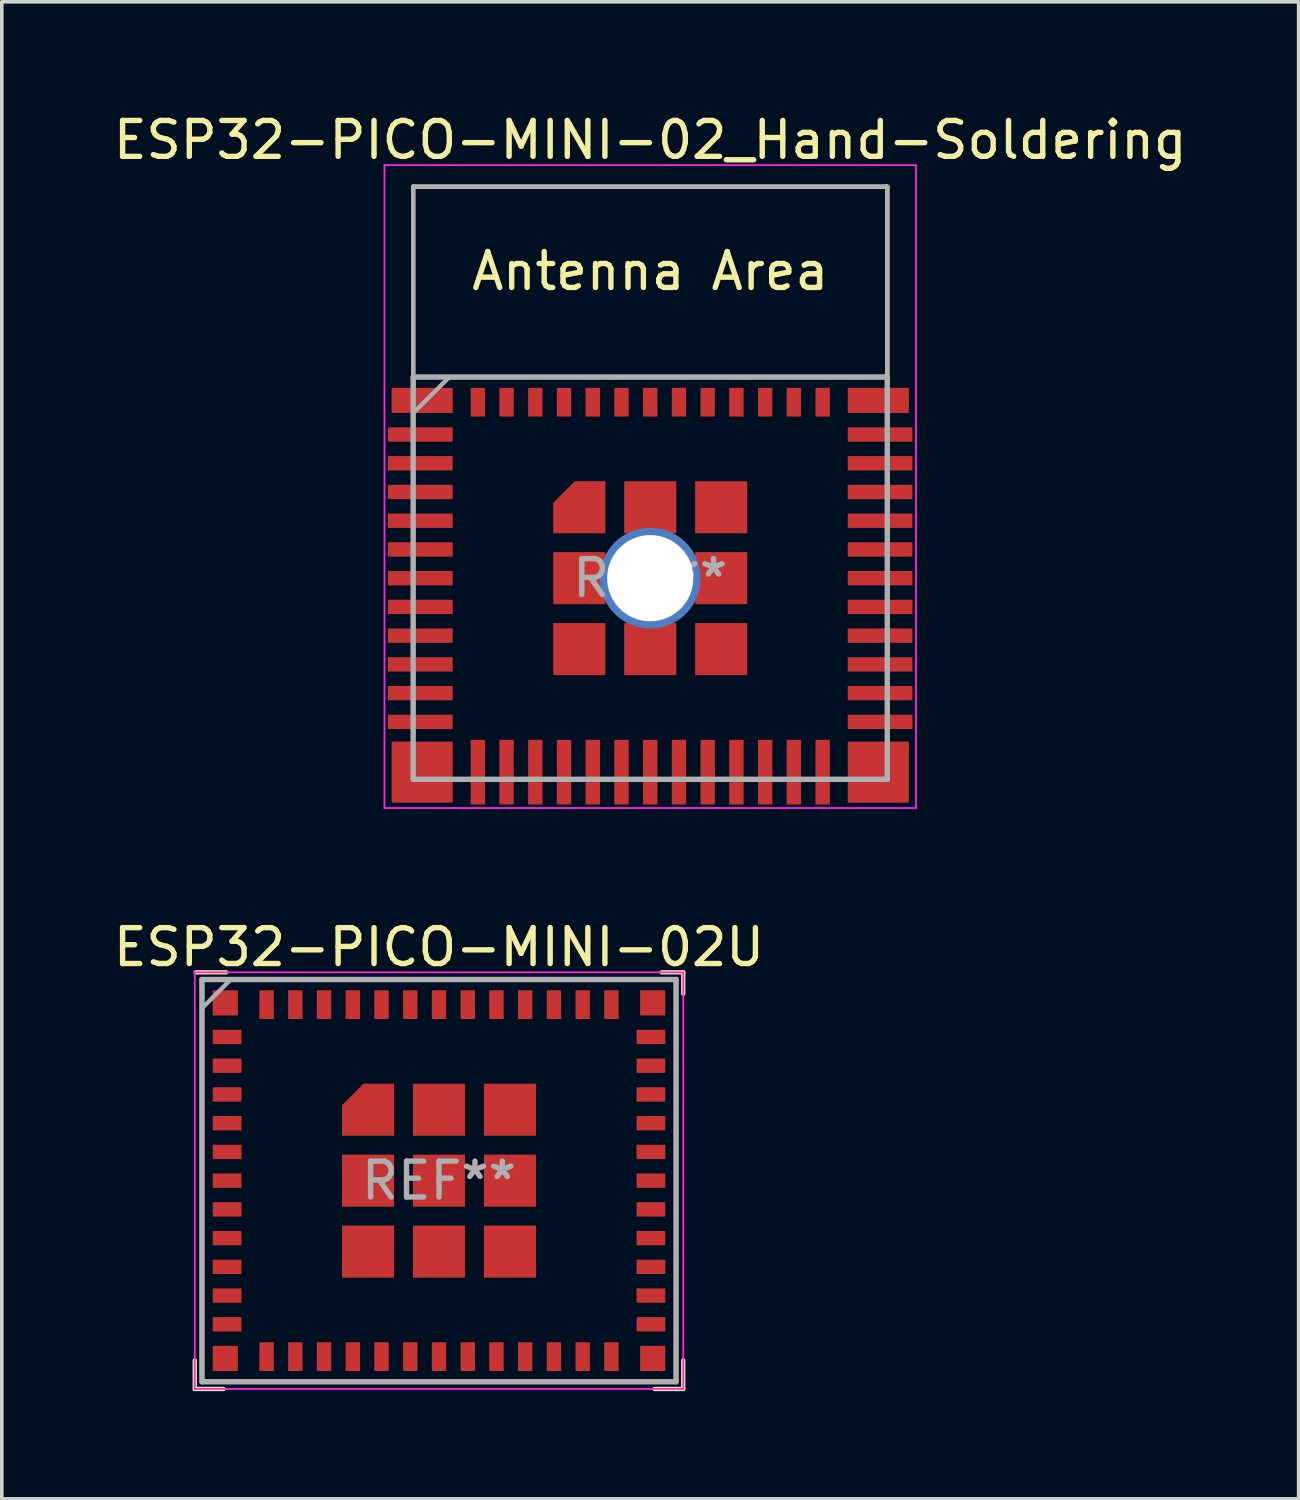
<source format=kicad_pcb>
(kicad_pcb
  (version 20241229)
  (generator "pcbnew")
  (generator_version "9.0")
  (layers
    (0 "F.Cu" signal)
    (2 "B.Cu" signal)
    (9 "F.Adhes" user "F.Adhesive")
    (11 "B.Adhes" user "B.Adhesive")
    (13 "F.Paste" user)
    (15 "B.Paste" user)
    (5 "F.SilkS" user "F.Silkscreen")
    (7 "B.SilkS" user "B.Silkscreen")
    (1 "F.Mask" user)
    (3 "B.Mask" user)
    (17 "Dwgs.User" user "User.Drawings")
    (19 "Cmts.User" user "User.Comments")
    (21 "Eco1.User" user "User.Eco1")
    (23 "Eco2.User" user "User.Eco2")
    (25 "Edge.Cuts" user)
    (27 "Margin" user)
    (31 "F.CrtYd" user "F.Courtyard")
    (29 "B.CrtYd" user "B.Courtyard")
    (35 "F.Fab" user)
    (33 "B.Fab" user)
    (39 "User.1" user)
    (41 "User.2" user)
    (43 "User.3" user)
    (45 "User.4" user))
  (footprint "ESP32-PICO-MINI-02_Hand-Soldering"
    (layer "F.Cu")
    (at 15.054 13.048)
    (property "Reference" "ESP32-PICO-MINI-02_Hand-Soldering" (at 0 -12.2 0) (layer "F.SilkS") (effects (font (size 1 1) (thickness 0.15))))
    (attr smd)
    (fp_line (start -6.6 -10.9) (end -6.6 -5.4) (stroke (width 0.12) (type solid)) (layer "F.SilkS"))
    (fp_line (start -6.6 -10.9) (end 6.6 -10.9) (stroke (width 0.12) (type solid)) (layer "F.SilkS"))
    (fp_line (start -6.6 -5.6) (end 6.6 -5.6) (stroke (width 0.12) (type solid)) (layer "F.SilkS"))
    (fp_line (start 6.6 -10.9) (end 6.6 -5.4) (stroke (width 0.12) (type solid)) (layer "F.SilkS"))
    (fp_line (start -7.4 -11.5) (end 7.4 -11.5) (stroke (width 0.05) (type solid)) (layer "F.CrtYd"))
    (fp_line (start -7.4 6.4) (end -7.4 -11.5) (stroke (width 0.05) (type solid)) (layer "F.CrtYd"))
    (fp_line (start 7.4 -11.5) (end 7.4 6.4) (stroke (width 0.05) (type solid)) (layer "F.CrtYd"))
    (fp_line (start 7.4 6.4) (end -7.4 6.4) (stroke (width 0.05) (type solid)) (layer "F.CrtYd"))
    (fp_line (start -6.6 -5.595) (end -6.6 5.6) (stroke (width 0.15) (type solid)) (layer "F.Fab"))
    (fp_line (start -6.6 -5.5) (end -6.6 -10.9) (stroke (width 0.12) (type solid)) (layer "F.Fab"))
    (fp_line (start -6.6 5.6) (end 6.6 5.6) (stroke (width 0.15) (type solid)) (layer "F.Fab"))
    (fp_line (start -5.6 -5.595) (end -6.6 -4.595) (stroke (width 0.12) (type solid)) (layer "F.Fab"))
    (fp_line (start 6.6 -10.9) (end -6.6 -10.9) (stroke (width 0.12) (type solid)) (layer "F.Fab"))
    (fp_line (start 6.6 -5.6) (end -6.6 -5.6) (stroke (width 0.15) (type solid)) (layer "F.Fab"))
    (fp_line (start 6.6 -5.5) (end 6.6 -10.9) (stroke (width 0.12) (type solid)) (layer "F.Fab"))
    (fp_line (start 6.6 5.6) (end 6.6 -5.595) (stroke (width 0.15) (type solid)) (layer "F.Fab"))
    (fp_text user "Antenna Area" (at 0 -8.55 0) (layer "F.SilkS") (effects (font (size 1 1) (thickness 0.15))))
    (fp_text user "REF**" (at 0 0 0) (layer "F.Fab") (effects (font (size 1 1) (thickness 0.15))))
    (pad "1" smd rect (at -6.4 -4 90) (size 0.4 1.8) (layers "F.Cu" "F.Mask" "F.Paste"))
    (pad "2" smd rect (at -6.4 -3.2 90) (size 0.4 1.8) (layers "F.Cu" "F.Mask" "F.Paste"))
    (pad "3" smd rect (at -6.4 -2.4 90) (size 0.4 1.8) (layers "F.Cu" "F.Mask" "F.Paste"))
    (pad "4" smd rect (at -6.4 -1.6 90) (size 0.4 1.8) (layers "F.Cu" "F.Mask" "F.Paste"))
    (pad "5" smd rect (at -6.4 -0.8 90) (size 0.4 1.8) (layers "F.Cu" "F.Mask" "F.Paste"))
    (pad "6" smd rect (at -6.4 0 90) (size 0.4 1.8) (layers "F.Cu" "F.Mask" "F.Paste"))
    (pad "7" smd rect (at -6.4 0.8 90) (size 0.4 1.8) (layers "F.Cu" "F.Mask" "F.Paste"))
    (pad "8" smd rect (at -6.4 1.6 90) (size 0.4 1.8) (layers "F.Cu" "F.Mask" "F.Paste"))
    (pad "9" smd rect (at -6.4 2.4 90) (size 0.4 1.8) (layers "F.Cu" "F.Mask" "F.Paste"))
    (pad "10" smd rect (at -6.4 3.2 90) (size 0.4 1.8) (layers "F.Cu" "F.Mask" "F.Paste"))
    (pad "11" smd rect (at -6.4 4 90) (size 0.4 1.8) (layers "F.Cu" "F.Mask" "F.Paste"))
    (pad "12" smd rect (at -4.8 5.4) (size 0.4 1.8) (layers "F.Cu" "F.Mask" "F.Paste"))
    (pad "13" smd rect (at -4 5.4) (size 0.4 1.8) (layers "F.Cu" "F.Mask" "F.Paste"))
    (pad "14" smd rect (at -3.2 5.4) (size 0.4 1.8) (layers "F.Cu" "F.Mask" "F.Paste"))
    (pad "15" smd rect (at -2.4 5.4) (size 0.4 1.8) (layers "F.Cu" "F.Mask" "F.Paste"))
    (pad "16" smd rect (at -1.6 5.4) (size 0.4 1.8) (layers "F.Cu" "F.Mask" "F.Paste"))
    (pad "17" smd rect (at -0.8 5.4) (size 0.4 1.8) (layers "F.Cu" "F.Mask" "F.Paste"))
    (pad "18" smd rect (at 0 5.4) (size 0.4 1.8) (layers "F.Cu" "F.Mask" "F.Paste"))
    (pad "19" smd rect (at 0.8 5.4) (size 0.4 1.8) (layers "F.Cu" "F.Mask" "F.Paste"))
    (pad "20" smd rect (at 1.6 5.4) (size 0.4 1.8) (layers "F.Cu" "F.Mask" "F.Paste"))
    (pad "21" smd rect (at 2.4 5.4) (size 0.4 1.8) (layers "F.Cu" "F.Mask" "F.Paste"))
    (pad "22" smd rect (at 3.2 5.4) (size 0.4 1.8) (layers "F.Cu" "F.Mask" "F.Paste"))
    (pad "23" smd rect (at 4 5.4) (size 0.4 1.8) (layers "F.Cu" "F.Mask" "F.Paste"))
    (pad "24" smd rect (at 4.8 5.4) (size 0.4 1.8) (layers "F.Cu" "F.Mask" "F.Paste"))
    (pad "25" smd rect (at 6.4 4 90) (size 0.4 1.8) (layers "F.Cu" "F.Mask" "F.Paste"))
    (pad "26" smd rect (at 6.4 3.2 90) (size 0.4 1.8) (layers "F.Cu" "F.Mask" "F.Paste"))
    (pad "27" smd rect (at 6.4 2.4 90) (size 0.4 1.8) (layers "F.Cu" "F.Mask" "F.Paste"))
    (pad "28" smd rect (at 6.4 1.6 90) (size 0.4 1.8) (layers "F.Cu" "F.Mask" "F.Paste"))
    (pad "29" smd rect (at 6.4 0.8 90) (size 0.4 1.8) (layers "F.Cu" "F.Mask" "F.Paste"))
    (pad "30" smd rect (at 6.4 0 90) (size 0.4 1.8) (layers "F.Cu" "F.Mask" "F.Paste"))
    (pad "31" smd rect (at 6.4 -0.8 90) (size 0.4 1.8) (layers "F.Cu" "F.Mask" "F.Paste"))
    (pad "32" smd rect (at 6.4 -1.6 90) (size 0.4 1.8) (layers "F.Cu" "F.Mask" "F.Paste"))
    (pad "33" smd rect (at 6.4 -2.4 90) (size 0.4 1.8) (layers "F.Cu" "F.Mask" "F.Paste"))
    (pad "34" smd rect (at 6.4 -3.2 90) (size 0.4 1.8) (layers "F.Cu" "F.Mask" "F.Paste"))
    (pad "35" smd rect (at 6.4 -4 90) (size 0.4 1.8) (layers "F.Cu" "F.Mask" "F.Paste"))
    (pad "36" smd rect (at -6.35 -4.95 90) (size 0.7 1.7) (layers "F.Cu" "F.Mask" "F.Paste"))
    (pad "36" smd rect (at -6.35 5.4 90) (size 1.7 1.7) (layers "F.Cu" "F.Mask" "F.Paste"))
    (pad "36" smd rect (at -4.8 -4.9) (size 0.4 0.8) (layers "F.Cu" "F.Mask" "F.Paste"))
    (pad "36" smd rect (at -4 -4.9) (size 0.4 0.8) (layers "F.Cu" "F.Mask" "F.Paste"))
    (pad "36" smd rect (at -3.2 -4.9) (size 0.4 0.8) (layers "F.Cu" "F.Mask" "F.Paste"))
    (pad "36" smd rect (at -2.4 -4.9) (size 0.4 0.8) (layers "F.Cu" "F.Mask" "F.Paste"))
    (pad "36" smd custom (at -1.975 -1.975) (size 0.8 0.8) (layers "F.Cu" "F.Mask" "F.Paste") (options (anchor rect)) (primitives (gr_poly (pts (xy 0.725 0.725) (xy -0.725 0.725) (xy -0.725 -0.125) (xy -0.125 -0.725) (xy 0.725 -0.725)) (width 0) (fill yes))))
    (pad "36" smd rect (at -1.975 0 90) (size 1.45 1.45) (layers "F.Cu" "F.Mask" "F.Paste"))
    (pad "36" smd rect (at -1.975 1.975 90) (size 1.45 1.45) (layers "F.Cu" "F.Mask" "F.Paste"))
    (pad "36" smd rect (at -1.6 -4.9) (size 0.4 0.8) (layers "F.Cu" "F.Mask" "F.Paste"))
    (pad "36" smd rect (at -0.8 -4.9) (size 0.4 0.8) (layers "F.Cu" "F.Mask" "F.Paste"))
    (pad "36" smd rect (at 0 -4.9) (size 0.4 0.8) (layers "F.Cu" "F.Mask" "F.Paste"))
    (pad "36" smd rect (at 0 -1.975 90) (size 1.45 1.45) (layers "F.Cu" "F.Mask" "F.Paste"))
    (pad "36" thru_hole circle (at 0 0 90) (size 2.8 2.8) (drill 2.4) (layers "*.Cu" "*.Mask"))
    (pad "36" smd rect (at 0 1.975 90) (size 1.45 1.45) (layers "F.Cu" "F.Mask" "F.Paste"))
    (pad "36" smd rect (at 0.8 -4.9) (size 0.4 0.8) (layers "F.Cu" "F.Mask" "F.Paste"))
    (pad "36" smd rect (at 1.6 -4.9) (size 0.4 0.8) (layers "F.Cu" "F.Mask" "F.Paste"))
    (pad "36" smd rect (at 1.975 -1.975 90) (size 1.45 1.45) (layers "F.Cu" "F.Mask" "F.Paste"))
    (pad "36" smd rect (at 1.975 0 90) (size 1.45 1.45) (layers "F.Cu" "F.Mask" "F.Paste"))
    (pad "36" smd rect (at 1.975 1.975 90) (size 1.45 1.45) (layers "F.Cu" "F.Mask" "F.Paste"))
    (pad "36" smd rect (at 2.4 -4.9) (size 0.4 0.8) (layers "F.Cu" "F.Mask" "F.Paste"))
    (pad "36" smd rect (at 3.2 -4.9) (size 0.4 0.8) (layers "F.Cu" "F.Mask" "F.Paste"))
    (pad "36" smd rect (at 4 -4.9) (size 0.4 0.8) (layers "F.Cu" "F.Mask" "F.Paste"))
    (pad "36" smd rect (at 4.8 -4.9) (size 0.4 0.8) (layers "F.Cu" "F.Mask" "F.Paste"))
    (pad "36" smd rect (at 6.35 -4.95 90) (size 0.7 1.7) (layers "F.Cu" "F.Mask" "F.Paste"))
    (pad "36" smd rect (at 6.35 5.4 90) (size 1.7 1.7) (layers "F.Cu" "F.Mask" "F.Paste")))
  (footprint "ESP32-PICO-MINI-02U"
    (layer "F.Cu")
    (at 9.173 29.822)
    (property "Reference" "ESP32-PICO-MINI-02U" (at 0 -6.5 0) (layer "F.SilkS") (effects (font (size 1 1) (thickness 0.15))))
    (attr smd)
    (fp_line (start -6.8 5) (end -6.8 5.8) (stroke (width 0.12) (type solid)) (layer "F.SilkS"))
    (fp_line (start -6.8 5.8) (end -6 5.8) (stroke (width 0.12) (type solid)) (layer "F.SilkS"))
    (fp_line (start -6.6 -5.6) (end 6.6 -5.6) (stroke (width 0.12) (type solid)) (layer "F.SilkS"))
    (fp_line (start -6.6 5.6) (end -6.6 -5.6) (stroke (width 0.12) (type solid)) (layer "F.SilkS"))
    (fp_line (start -5.925 -5.8) (end -6.775 -5.8) (stroke (width 0.12) (type solid)) (layer "F.SilkS"))
    (fp_line (start 6.2 -5.8) (end 6.8 -5.8) (stroke (width 0.12) (type solid)) (layer "F.SilkS"))
    (fp_line (start 6.6 -5.6) (end 6.6 5.6) (stroke (width 0.12) (type solid)) (layer "F.SilkS"))
    (fp_line (start 6.6 5.6) (end -6.6 5.6) (stroke (width 0.12) (type solid)) (layer "F.SilkS"))
    (fp_line (start 6.8 -5.8) (end 6.8 -5.2) (stroke (width 0.12) (type solid)) (layer "F.SilkS"))
    (fp_line (start 6.8 5) (end 6.8 5.8) (stroke (width 0.12) (type solid)) (layer "F.SilkS"))
    (fp_line (start 6.8 5.8) (end 6 5.8) (stroke (width 0.12) (type solid)) (layer "F.SilkS"))
    (fp_line (start -6.8 -5.8) (end 6.8 -5.8) (stroke (width 0.05) (type solid)) (layer "F.CrtYd"))
    (fp_line (start -6.8 5.8) (end -6.8 -5.8) (stroke (width 0.05) (type solid)) (layer "F.CrtYd"))
    (fp_line (start 6.8 -5.8) (end 6.8 5.8) (stroke (width 0.05) (type solid)) (layer "F.CrtYd"))
    (fp_line (start 6.8 5.8) (end -6.8 5.8) (stroke (width 0.05) (type solid)) (layer "F.CrtYd"))
    (fp_line (start -6.6 -5.6) (end -6.6 5.6) (stroke (width 0.15) (type solid)) (layer "F.Fab"))
    (fp_line (start -6.6 5.6) (end 6.6 5.6) (stroke (width 0.15) (type solid)) (layer "F.Fab"))
    (fp_line (start -5.8 -5.6) (end -6.6 -4.8) (stroke (width 0.12) (type solid)) (layer "F.Fab"))
    (fp_line (start 6.6 -5.6) (end -6.6 -5.6) (stroke (width 0.12) (type solid)) (layer "F.Fab"))
    (fp_line (start 6.6 -5.6) (end -6.6 -5.6) (stroke (width 0.15) (type solid)) (layer "F.Fab"))
    (fp_line (start 6.6 5.6) (end 6.6 -5.6) (stroke (width 0.15) (type solid)) (layer "F.Fab"))
    (fp_text user "REF**" (at 0 0 0) (layer "F.Fab") (effects (font (size 1 1) (thickness 0.15))))
    (pad "1" smd rect (at -5.9 -4 90) (size 0.4 0.8) (layers "F.Cu" "F.Mask" "F.Paste"))
    (pad "2" smd rect (at -5.9 -3.2 90) (size 0.4 0.8) (layers "F.Cu" "F.Mask" "F.Paste"))
    (pad "3" smd rect (at -5.9 -2.4 90) (size 0.4 0.8) (layers "F.Cu" "F.Mask" "F.Paste"))
    (pad "4" smd rect (at -5.9 -1.6 90) (size 0.4 0.8) (layers "F.Cu" "F.Mask" "F.Paste"))
    (pad "5" smd rect (at -5.9 -0.8 90) (size 0.4 0.8) (layers "F.Cu" "F.Mask" "F.Paste"))
    (pad "6" smd rect (at -5.9 0 90) (size 0.4 0.8) (layers "F.Cu" "F.Mask" "F.Paste"))
    (pad "7" smd rect (at -5.9 0.8 90) (size 0.4 0.8) (layers "F.Cu" "F.Mask" "F.Paste"))
    (pad "8" smd rect (at -5.9 1.6 90) (size 0.4 0.8) (layers "F.Cu" "F.Mask" "F.Paste"))
    (pad "9" smd rect (at -5.9 2.4 90) (size 0.4 0.8) (layers "F.Cu" "F.Mask" "F.Paste"))
    (pad "10" smd rect (at -5.9 3.2 90) (size 0.4 0.8) (layers "F.Cu" "F.Mask" "F.Paste"))
    (pad "11" smd rect (at -5.9 4 90) (size 0.4 0.8) (layers "F.Cu" "F.Mask" "F.Paste"))
    (pad "12" smd rect (at -4.8 4.9) (size 0.4 0.8) (layers "F.Cu" "F.Mask" "F.Paste"))
    (pad "13" smd rect (at -4 4.9) (size 0.4 0.8) (layers "F.Cu" "F.Mask" "F.Paste"))
    (pad "14" smd rect (at -3.2 4.9) (size 0.4 0.8) (layers "F.Cu" "F.Mask" "F.Paste"))
    (pad "15" smd rect (at -2.4 4.9) (size 0.4 0.8) (layers "F.Cu" "F.Mask" "F.Paste"))
    (pad "16" smd rect (at -1.6 4.9) (size 0.4 0.8) (layers "F.Cu" "F.Mask" "F.Paste"))
    (pad "17" smd rect (at -0.8 4.9) (size 0.4 0.8) (layers "F.Cu" "F.Mask" "F.Paste"))
    (pad "18" smd rect (at 0 4.9) (size 0.4 0.8) (layers "F.Cu" "F.Mask" "F.Paste"))
    (pad "19" smd rect (at 0.8 4.9) (size 0.4 0.8) (layers "F.Cu" "F.Mask" "F.Paste"))
    (pad "20" smd rect (at 1.6 4.9) (size 0.4 0.8) (layers "F.Cu" "F.Mask" "F.Paste"))
    (pad "21" smd rect (at 2.4 4.9) (size 0.4 0.8) (layers "F.Cu" "F.Mask" "F.Paste"))
    (pad "22" smd rect (at 3.2 4.9) (size 0.4 0.8) (layers "F.Cu" "F.Mask" "F.Paste"))
    (pad "23" smd rect (at 4 4.9) (size 0.4 0.8) (layers "F.Cu" "F.Mask" "F.Paste"))
    (pad "24" smd rect (at 4.8 4.9) (size 0.4 0.8) (layers "F.Cu" "F.Mask" "F.Paste"))
    (pad "25" smd rect (at 5.9 4 90) (size 0.4 0.8) (layers "F.Cu" "F.Mask" "F.Paste"))
    (pad "26" smd rect (at 5.9 3.2 90) (size 0.4 0.8) (layers "F.Cu" "F.Mask" "F.Paste"))
    (pad "27" smd rect (at 5.9 2.4 90) (size 0.4 0.8) (layers "F.Cu" "F.Mask" "F.Paste"))
    (pad "28" smd rect (at 5.9 1.6 90) (size 0.4 0.8) (layers "F.Cu" "F.Mask" "F.Paste"))
    (pad "29" smd rect (at 5.9 0.8 90) (size 0.4 0.8) (layers "F.Cu" "F.Mask" "F.Paste"))
    (pad "30" smd rect (at 5.9 0 90) (size 0.4 0.8) (layers "F.Cu" "F.Mask" "F.Paste"))
    (pad "31" smd rect (at 5.9 -0.8 90) (size 0.4 0.8) (layers "F.Cu" "F.Mask" "F.Paste"))
    (pad "32" smd rect (at 5.9 -1.6 90) (size 0.4 0.8) (layers "F.Cu" "F.Mask" "F.Paste"))
    (pad "33" smd rect (at 5.9 -2.4 90) (size 0.4 0.8) (layers "F.Cu" "F.Mask" "F.Paste"))
    (pad "34" smd rect (at 5.9 -3.2 90) (size 0.4 0.8) (layers "F.Cu" "F.Mask" "F.Paste"))
    (pad "35" smd rect (at 5.9 -4 90) (size 0.4 0.8) (layers "F.Cu" "F.Mask" "F.Paste"))
    (pad "36" smd rect (at 4.8 -4.9) (size 0.4 0.8) (layers "F.Cu" "F.Mask" "F.Paste"))
    (pad "37" smd rect (at 4 -4.9) (size 0.4 0.8) (layers "F.Cu" "F.Mask" "F.Paste"))
    (pad "38" smd rect (at 3.2 -4.9) (size 0.4 0.8) (layers "F.Cu" "F.Mask" "F.Paste"))
    (pad "39" smd rect (at 2.4 -4.9) (size 0.4 0.8) (layers "F.Cu" "F.Mask" "F.Paste"))
    (pad "40" smd rect (at 1.6 -4.9) (size 0.4 0.8) (layers "F.Cu" "F.Mask" "F.Paste"))
    (pad "41" smd rect (at 0.8 -4.9) (size 0.4 0.8) (layers "F.Cu" "F.Mask" "F.Paste"))
    (pad "42" smd rect (at 0 -4.9) (size 0.4 0.8) (layers "F.Cu" "F.Mask" "F.Paste"))
    (pad "43" smd rect (at -0.8 -4.9) (size 0.4 0.8) (layers "F.Cu" "F.Mask" "F.Paste"))
    (pad "44" smd rect (at -1.6 -4.9) (size 0.4 0.8) (layers "F.Cu" "F.Mask" "F.Paste"))
    (pad "45" smd rect (at -2.4 -4.9) (size 0.4 0.8) (layers "F.Cu" "F.Mask" "F.Paste"))
    (pad "46" smd rect (at -3.2 -4.9) (size 0.4 0.8) (layers "F.Cu" "F.Mask" "F.Paste"))
    (pad "47" smd rect (at -4 -4.9) (size 0.4 0.8) (layers "F.Cu" "F.Mask" "F.Paste"))
    (pad "48" smd rect (at -4.8 -4.9) (size 0.4 0.8) (layers "F.Cu" "F.Mask" "F.Paste"))
    (pad "49" smd custom (at -1.975 -1.975) (size 0.8 0.8) (layers "F.Cu" "F.Mask" "F.Paste") (options (anchor rect)) (primitives (gr_poly (pts (xy 0.725 0.725) (xy -0.725 0.725) (xy -0.725 -0.125) (xy -0.125 -0.725) (xy 0.725 -0.725)) (width 0) (fill yes))))
    (pad "49" smd rect (at -1.975 0 90) (size 1.45 1.45) (layers "F.Cu" "F.Mask" "F.Paste"))
    (pad "49" smd rect (at -1.975 1.975 90) (size 1.45 1.45) (layers "F.Cu" "F.Mask" "F.Paste"))
    (pad "49" smd rect (at 0 -1.975 90) (size 1.45 1.45) (layers "F.Cu" "F.Mask" "F.Paste"))
    (pad "49" smd rect (at 0 0 90) (size 1.45 1.45) (layers "F.Cu" "F.Mask" "F.Paste"))
    (pad "49" smd rect (at 0 1.975 90) (size 1.45 1.45) (layers "F.Cu" "F.Mask" "F.Paste"))
    (pad "49" smd rect (at 1.975 -1.975 90) (size 1.45 1.45) (layers "F.Cu" "F.Mask" "F.Paste"))
    (pad "49" smd rect (at 1.975 0 90) (size 1.45 1.45) (layers "F.Cu" "F.Mask" "F.Paste"))
    (pad "49" smd rect (at 1.975 1.975 90) (size 1.45 1.45) (layers "F.Cu" "F.Mask" "F.Paste"))
    (pad "50" smd rect (at 5.95 -4.95 90) (size 0.7 0.7) (layers "F.Cu" "F.Mask" "F.Paste"))
    (pad "51" smd rect (at 5.95 4.95 90) (size 0.7 0.7) (layers "F.Cu" "F.Mask" "F.Paste"))
    (pad "52" smd rect (at -5.95 4.95 90) (size 0.7 0.7) (layers "F.Cu" "F.Mask" "F.Paste"))
    (pad "53" smd rect (at -5.95 -4.95 90) (size 0.7 0.7) (layers "F.Cu" "F.Mask" "F.Paste")))
  (gr_rect
    (start -3 -3)
    (end 33.107 38.681)
    (stroke (width 0.1) (type default))
    (fill no)
    (layer "Edge.Cuts")))
</source>
